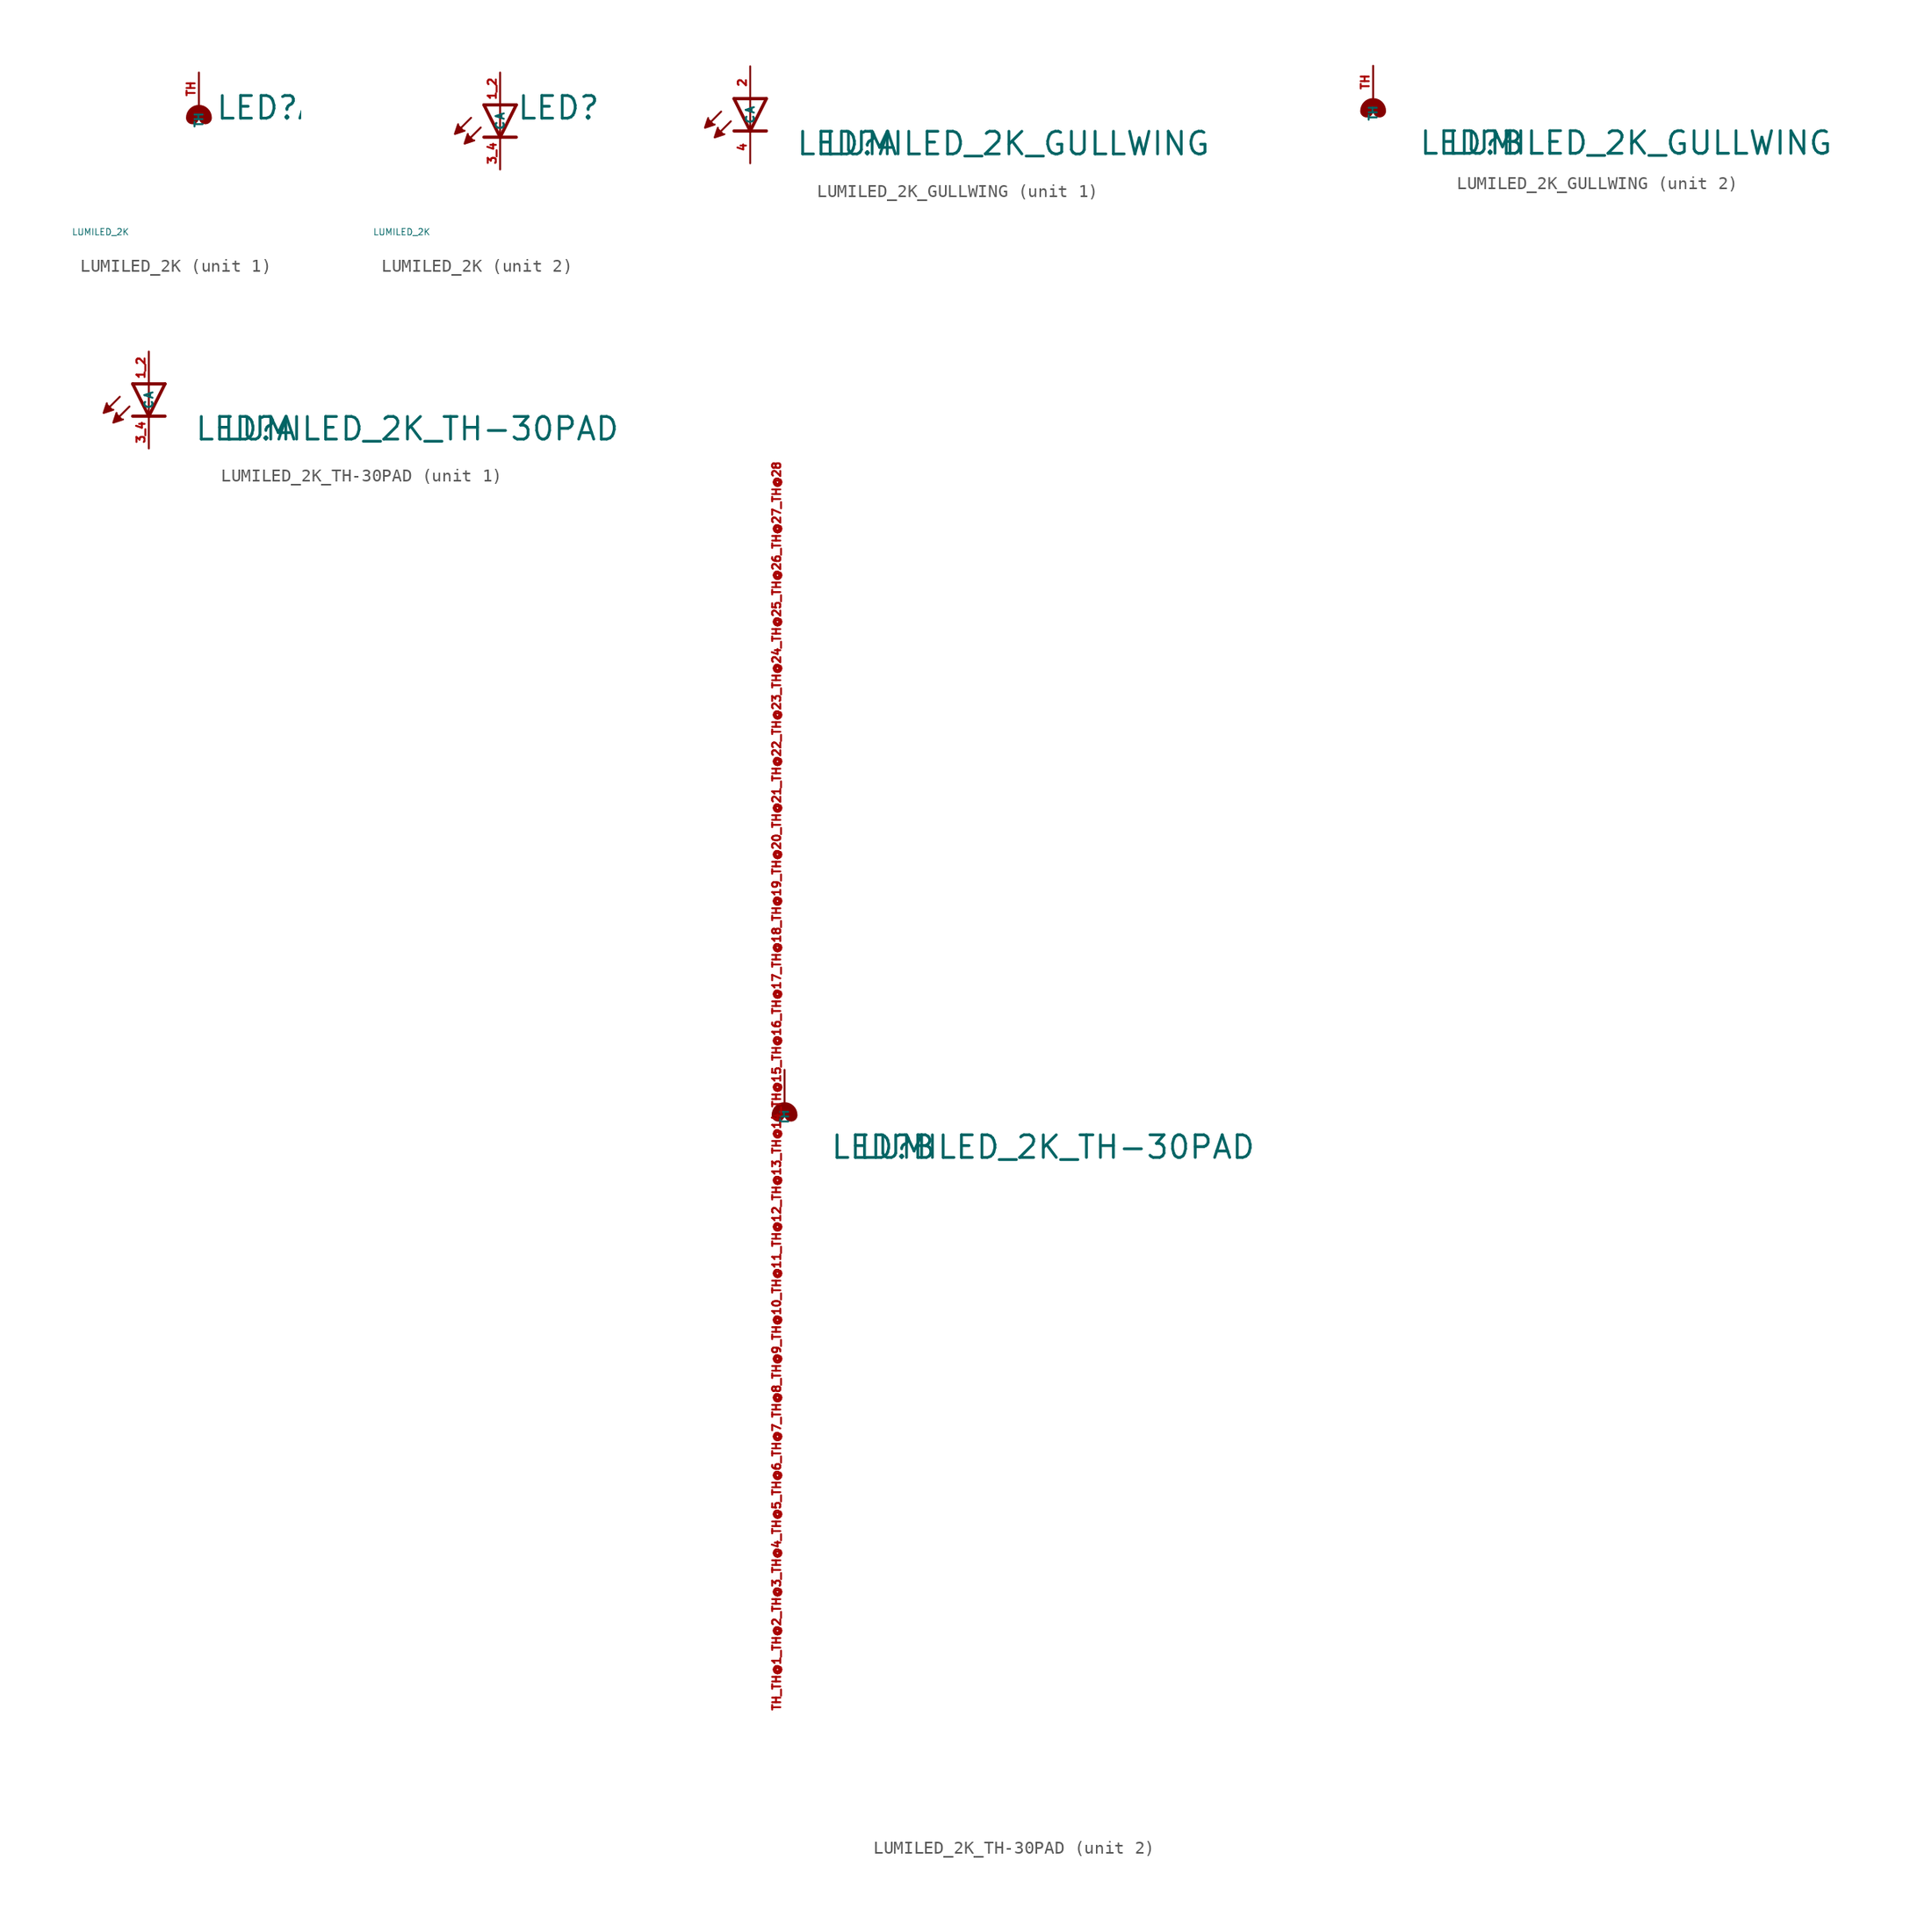
<source format=kicad_sym>
(kicad_symbol_lib
  (version 20220914)
  (generator Eagle2Kicad)
  (symbol "LUMILED_2K"
    (property "Reference" "LED"
      (at 1.27 -1.27 0)
      (effects (font (size 1.778 1.778) (thickness 0.22)) (justify left bottom)))
    (property "Value" "LUMILED_2K"
      (at -10 -10 0)
      (effects (font (size 0.5 0.5) (thickness 0.06)) (justify left)))
    (symbol "LUMILED_2K_1_0"
      (arc (start 0.508 -1.016) (mid 0.000 -0.508) (end -0.508 -1.016) (stroke (width 1.016) (type default)) (fill (type none)))
      (pin passive line (at 0 2.54 270) (length 2.54) (name "TH" (effects (font (size 0.635 0.635) (thickness 0.08)) (justify left bottom))) (number "TH" (effects (font (size 0.635 0.635) (thickness 0.08)) (justify left bottom)))))
    (symbol "LUMILED_2K_2_0"
      (polyline (pts (xy -3.302 -1.524) (xy -3.556 -2.286) (xy -2.794 -2.032)) (stroke (width 0.152) (type default)) (fill (type outline)))
      (polyline (pts (xy -2.54 -2.286) (xy -2.794 -3.048) (xy -2.032 -2.794)) (stroke (width 0.152) (type default)) (fill (type outline)))
      (polyline (pts (xy 1.27 0) (xy 0 -2.54)) (stroke (width 0.254) (type default)) (fill (type none)))
      (polyline (pts (xy 0 -2.54) (xy -1.27 0)) (stroke (width 0.254) (type default)) (fill (type none)))
      (polyline (pts (xy 1.27 -2.54) (xy 0 -2.54)) (stroke (width 0.254) (type default)) (fill (type none)))
      (polyline (pts (xy 0 -2.54) (xy -1.27 -2.54)) (stroke (width 0.254) (type default)) (fill (type none)))
      (polyline (pts (xy 1.27 0) (xy 0 0)) (stroke (width 0.254) (type default)) (fill (type none)))
      (polyline (pts (xy 0 0) (xy -1.27 0)) (stroke (width 0.254) (type default)) (fill (type none)))
      (polyline (pts (xy 0 0) (xy 0 -2.54)) (stroke (width 0.152) (type default)) (fill (type none)))
      (polyline (pts (xy -2.286 -1.016) (xy -3.175 -1.905)) (stroke (width 0.152) (type default)) (fill (type none)))
      (polyline (pts (xy -1.524 -1.778) (xy -2.413 -2.667)) (stroke (width 0.152) (type default)) (fill (type none)))
      (pin passive line (at 0 2.54 270) (length 2.54) (name "A" (effects (font (size 0.635 0.635) (thickness 0.08)) (justify left bottom))) (number "1 2" (effects (font (size 0.635 0.635) (thickness 0.08)) (justify left bottom))))
      (pin passive line (at 0 -5.08 90) (length 2.54) (name "C" (effects (font (size 0.635 0.635) (thickness 0.08)) (justify left bottom))) (number "3 4" (effects (font (size 0.635 0.635) (thickness 0.08)) (justify left bottom))))))
  (symbol "LUMILED_2K_GULLWING"
    (property "Reference" "LED"
      (at 3.556 -4.572 0)
      (effects (font (size 1.778 1.778) (thickness 0.22)) (justify left bottom)))
    (property "Value" "LUMILED_2K_GULLWING"
      (at 5.715 -4.572 0)
      (effects (font (size 1.778 1.778) (thickness 0.22)) (justify left bottom)))
    (symbol "LUMILED_2K_GULLWING_1_0"
      (polyline (pts (xy -3.302 -1.524) (xy -3.556 -2.286) (xy -2.794 -2.032)) (stroke (width 0.152) (type default)) (fill (type outline)))
      (polyline (pts (xy -2.54 -2.286) (xy -2.794 -3.048) (xy -2.032 -2.794)) (stroke (width 0.152) (type default)) (fill (type outline)))
      (polyline (pts (xy 1.27 0) (xy 0 -2.54)) (stroke (width 0.254) (type default)) (fill (type none)))
      (polyline (pts (xy 0 -2.54) (xy -1.27 0)) (stroke (width 0.254) (type default)) (fill (type none)))
      (polyline (pts (xy 1.27 -2.54) (xy 0 -2.54)) (stroke (width 0.254) (type default)) (fill (type none)))
      (polyline (pts (xy 0 -2.54) (xy -1.27 -2.54)) (stroke (width 0.254) (type default)) (fill (type none)))
      (polyline (pts (xy 1.27 0) (xy 0 0)) (stroke (width 0.254) (type default)) (fill (type none)))
      (polyline (pts (xy 0 0) (xy -1.27 0)) (stroke (width 0.254) (type default)) (fill (type none)))
      (polyline (pts (xy 0 0) (xy 0 -2.54)) (stroke (width 0.152) (type default)) (fill (type none)))
      (polyline (pts (xy -2.286 -1.016) (xy -3.175 -1.905)) (stroke (width 0.152) (type default)) (fill (type none)))
      (polyline (pts (xy -1.524 -1.778) (xy -2.413 -2.667)) (stroke (width 0.152) (type default)) (fill (type none)))
      (pin passive line (at 0 2.54 270) (length 2.54) (name "A" (effects (font (size 0.635 0.635) (thickness 0.08)) (justify left bottom))) (number "2" (effects (font (size 0.635 0.635) (thickness 0.08)) (justify left bottom))))
      (pin passive line (at 0 -5.08 90) (length 2.54) (name "C" (effects (font (size 0.635 0.635) (thickness 0.08)) (justify left bottom))) (number "4" (effects (font (size 0.635 0.635) (thickness 0.08)) (justify left bottom)))))
    (symbol "LUMILED_2K_GULLWING_2_0"
      (arc (start 0.508 -1.016) (mid 0.000 -0.508) (end -0.508 -1.016) (stroke (width 1.016) (type default)) (fill (type none)))
      (pin passive line (at 0 2.54 270) (length 2.54) (name "TH" (effects (font (size 0.635 0.635) (thickness 0.08)) (justify left bottom))) (number "TH" (effects (font (size 0.635 0.635) (thickness 0.08)) (justify left bottom))))))
  (symbol "LUMILED_2K_TH-30PAD"
    (property "Reference" "LED"
      (at 3.556 -4.572 0)
      (effects (font (size 1.778 1.778) (thickness 0.22)) (justify left bottom)))
    (property "Value" "LUMILED_2K_TH-30PAD"
      (at 5.715 -4.572 0)
      (effects (font (size 1.778 1.778) (thickness 0.22)) (justify left bottom)))
    (symbol "LUMILED_2K_TH-30PAD_1_0"
      (polyline (pts (xy -3.302 -1.524) (xy -3.556 -2.286) (xy -2.794 -2.032)) (stroke (width 0.152) (type default)) (fill (type outline)))
      (polyline (pts (xy -2.54 -2.286) (xy -2.794 -3.048) (xy -2.032 -2.794)) (stroke (width 0.152) (type default)) (fill (type outline)))
      (polyline (pts (xy 1.27 0) (xy 0 -2.54)) (stroke (width 0.254) (type default)) (fill (type none)))
      (polyline (pts (xy 0 -2.54) (xy -1.27 0)) (stroke (width 0.254) (type default)) (fill (type none)))
      (polyline (pts (xy 1.27 -2.54) (xy 0 -2.54)) (stroke (width 0.254) (type default)) (fill (type none)))
      (polyline (pts (xy 0 -2.54) (xy -1.27 -2.54)) (stroke (width 0.254) (type default)) (fill (type none)))
      (polyline (pts (xy 1.27 0) (xy 0 0)) (stroke (width 0.254) (type default)) (fill (type none)))
      (polyline (pts (xy 0 0) (xy -1.27 0)) (stroke (width 0.254) (type default)) (fill (type none)))
      (polyline (pts (xy 0 0) (xy 0 -2.54)) (stroke (width 0.152) (type default)) (fill (type none)))
      (polyline (pts (xy -2.286 -1.016) (xy -3.175 -1.905)) (stroke (width 0.152) (type default)) (fill (type none)))
      (polyline (pts (xy -1.524 -1.778) (xy -2.413 -2.667)) (stroke (width 0.152) (type default)) (fill (type none)))
      (pin passive line (at 0 2.54 270) (length 2.54) (name "A" (effects (font (size 0.635 0.635) (thickness 0.08)) (justify left bottom))) (number "1 2" (effects (font (size 0.635 0.635) (thickness 0.08)) (justify left bottom))))
      (pin passive line (at 0 -5.08 90) (length 2.54) (name "C" (effects (font (size 0.635 0.635) (thickness 0.08)) (justify left bottom))) (number "3 4" (effects (font (size 0.635 0.635) (thickness 0.08)) (justify left bottom)))))
    (symbol "LUMILED_2K_TH-30PAD_2_0"
      (arc (start 0.508 -1.016) (mid 0.000 -0.508) (end -0.508 -1.016) (stroke (width 1.016) (type default)) (fill (type none)))
      (pin passive line (at 0 2.54 270) (length 2.54) (name "TH" (effects (font (size 0.635 0.635) (thickness 0.08)) (justify left bottom))) (number "TH TH@1 TH@2 TH@3 TH@4 TH@5 TH@6 TH@7 TH@8 TH@9 TH@10 TH@11 TH@12 TH@13 TH@14 TH@15 TH@16 TH@17 TH@18 TH@19 TH@20 TH@21 TH@22 TH@23 TH@24 TH@25 TH@26 TH@27 TH@28" (effects (font (size 0.635 0.635) (thickness 0.08)) (justify left bottom)))))))
</source>
